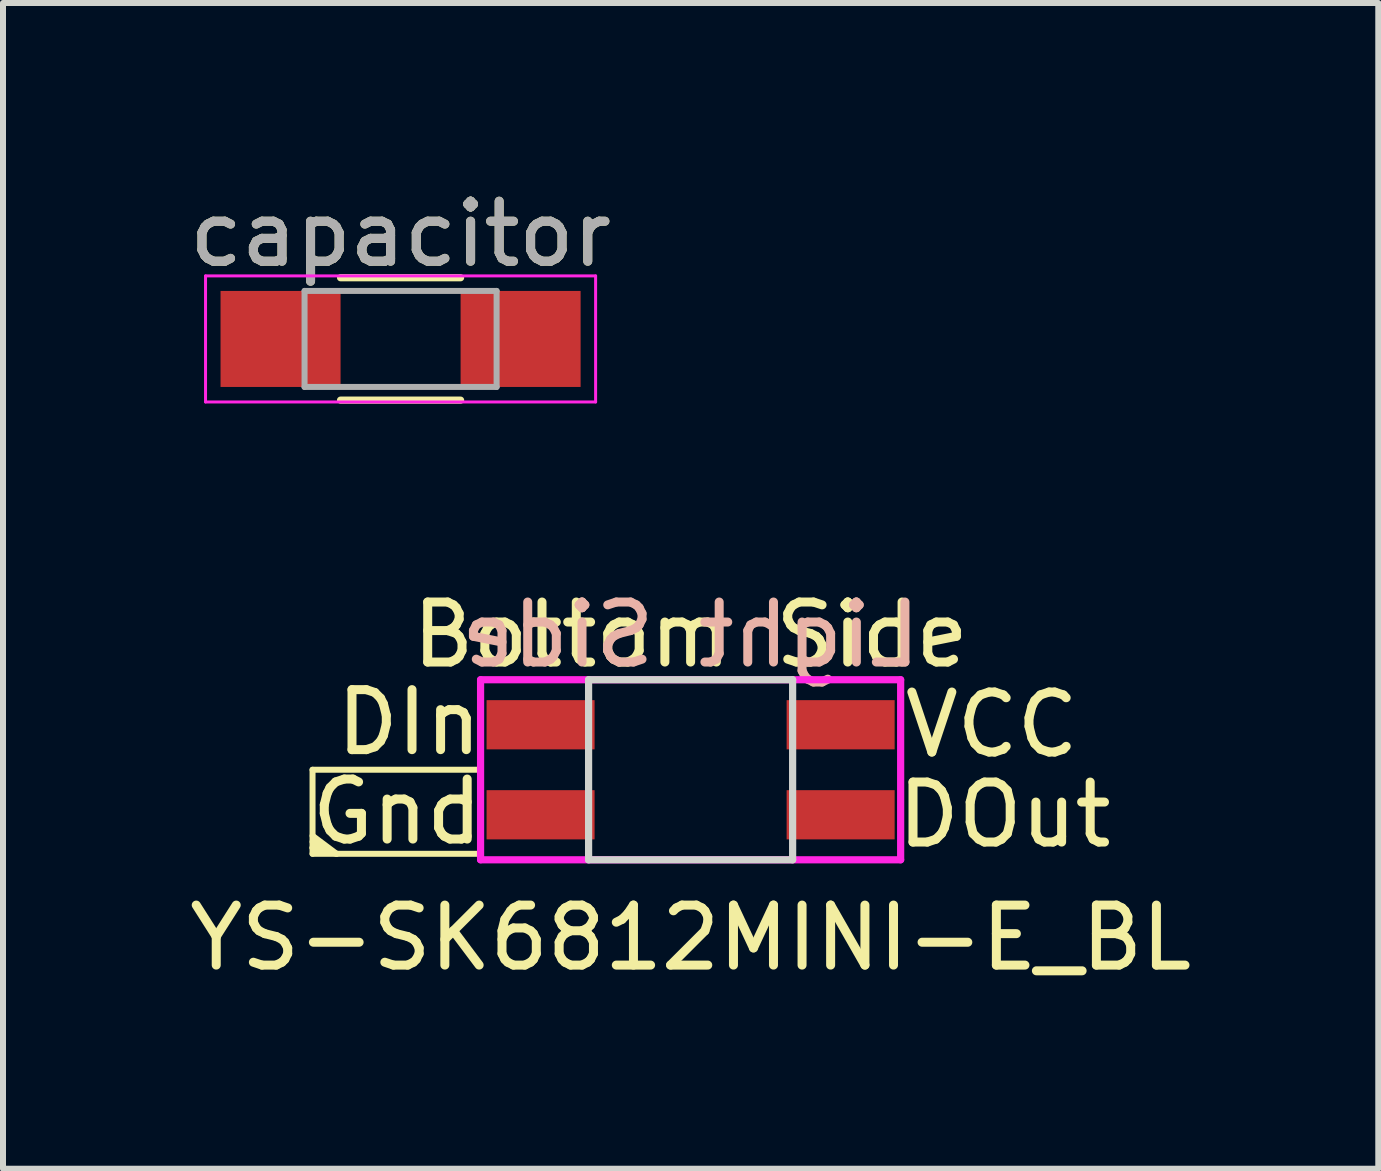
<source format=kicad_pcb>
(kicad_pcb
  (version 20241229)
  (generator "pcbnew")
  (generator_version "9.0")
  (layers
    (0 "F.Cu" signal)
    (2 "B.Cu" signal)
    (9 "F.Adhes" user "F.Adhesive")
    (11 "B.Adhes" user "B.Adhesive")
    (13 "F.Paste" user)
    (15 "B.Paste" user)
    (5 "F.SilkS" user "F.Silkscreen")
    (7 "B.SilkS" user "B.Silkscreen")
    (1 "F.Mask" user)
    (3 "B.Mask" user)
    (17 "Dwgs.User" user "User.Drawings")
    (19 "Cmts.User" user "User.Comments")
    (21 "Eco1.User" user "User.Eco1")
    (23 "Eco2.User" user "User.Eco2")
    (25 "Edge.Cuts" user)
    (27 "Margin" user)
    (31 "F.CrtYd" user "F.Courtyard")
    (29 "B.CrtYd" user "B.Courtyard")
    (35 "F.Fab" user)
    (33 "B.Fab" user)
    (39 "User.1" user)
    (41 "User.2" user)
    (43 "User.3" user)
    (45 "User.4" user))
  (footprint "capacitor"
    (layer "F.Cu")
    (at 3.625 2.598)
    (property "Reference" "capacitor" (at 0 -1.75 0) (layer "F.SilkS") (effects (font (size 1 1) (thickness 0.15))))
    (attr smd)
    (fp_line (start -1 1.02) (end 1 1.02) (stroke (width 0.12) (type solid)) (layer "F.SilkS"))
    (fp_line (start 1 -1.02) (end -1 -1.02) (stroke (width 0.12) (type solid)) (layer "F.SilkS"))
    (fp_line (start -3.25 -1.05) (end -3.25 1.05) (stroke (width 0.05) (type solid)) (layer "F.CrtYd"))
    (fp_line (start -3.25 -1.05) (end 3.25 -1.05) (stroke (width 0.05) (type solid)) (layer "F.CrtYd"))
    (fp_line (start 3.25 1.05) (end -3.25 1.05) (stroke (width 0.05) (type solid)) (layer "F.CrtYd"))
    (fp_line (start 3.25 1.05) (end 3.25 -1.05) (stroke (width 0.05) (type solid)) (layer "F.CrtYd"))
    (fp_line (start -1.6 -0.8) (end 1.6 -0.8) (stroke (width 0.1) (type solid)) (layer "F.Fab"))
    (fp_line (start -1.6 0.8) (end -1.6 -0.8) (stroke (width 0.1) (type solid)) (layer "F.Fab"))
    (fp_line (start 1.6 -0.8) (end 1.6 0.8) (stroke (width 0.1) (type solid)) (layer "F.Fab"))
    (fp_line (start 1.6 0.8) (end -1.6 0.8) (stroke (width 0.1) (type solid)) (layer "F.Fab"))
    (fp_text user "${REFERENCE}" (at 0 -1.75 0) (layer "F.Fab") (effects (font (size 1 1) (thickness 0.15))))
    (pad "1" smd rect (at -2 0) (size 2 1.6) (layers "F.Cu" "F.Mask" "F.Paste"))
    (pad "2" smd rect (at 2 0) (size 2 1.6) (layers "F.Cu" "F.Mask" "F.Paste")))
  (footprint "YS-SK6812MINI-E_BL"
    (layer "F.Cu")
    (at 8.458 9.777)
    (property "Reference" "YS-SK6812MINI-E_BL" (at 0 2.8 0) (layer "F.SilkS") (effects (font (size 1 1) (thickness 0.15))))
    (attr through_hole)
    (fp_line (start -6.3 0) (end -6.3 1.4) (stroke (width 0.1) (type solid)) (layer "F.SilkS"))
    (fp_line (start -6.3 1.1) (end -5.9 1.4) (stroke (width 0.1) (type solid)) (layer "F.SilkS"))
    (fp_line (start -6.3 1.3) (end -6.1 1.3) (stroke (width 0.1) (type solid)) (layer "F.SilkS"))
    (fp_line (start -6.3 1.4) (end -3.5 1.4) (stroke (width 0.1) (type solid)) (layer "F.SilkS"))
    (fp_line (start -6.1 1.3) (end -6.3 1.2) (stroke (width 0.1) (type solid)) (layer "F.SilkS"))
    (fp_line (start -5.9 1.4) (end -6.3 1.3) (stroke (width 0.1) (type solid)) (layer "F.SilkS"))
    (fp_line (start -3.5 0) (end -6.3 0) (stroke (width 0.1) (type solid)) (layer "F.SilkS"))
    (fp_line (start -3.5 1.4) (end -3.5 0) (stroke (width 0.1) (type solid)) (layer "F.SilkS"))
    (fp_line (start -1.7 -1.5) (end -1.7 1.5) (stroke (width 0.12) (type solid)) (layer "Edge.Cuts"))
    (fp_line (start -1.7 1.5) (end 1.7 1.5) (stroke (width 0.12) (type solid)) (layer "Edge.Cuts"))
    (fp_line (start 1.7 -1.5) (end -1.7 -1.5) (stroke (width 0.12) (type solid)) (layer "Edge.Cuts"))
    (fp_line (start 1.7 1.5) (end 1.7 -1.5) (stroke (width 0.12) (type solid)) (layer "Edge.Cuts"))
    (fp_line (start -3.5 -1.5) (end -3.5 1.5) (stroke (width 0.12) (type solid)) (layer "F.CrtYd"))
    (fp_line (start -3.5 1.5) (end 3.5 1.5) (stroke (width 0.12) (type solid)) (layer "F.CrtYd"))
    (fp_line (start 3.5 -1.5) (end -3.5 -1.5) (stroke (width 0.12) (type solid)) (layer "F.CrtYd"))
    (fp_line (start 3.5 1.5) (end 3.5 -1.5) (stroke (width 0.12) (type solid)) (layer "F.CrtYd"))
    (fp_text user "DIn" (at -4.69 -0.79 0) (layer "F.SilkS") (effects (font (size 1 1) (thickness 0.15))))
    (fp_text user "DOut" (at 5.23 0.75 0) (layer "F.SilkS") (effects (font (size 1 1) (thickness 0.15))))
    (fp_text user "VCC" (at 5.02 -0.75 0) (layer "F.SilkS") (effects (font (size 1 1) (thickness 0.15))))
    (fp_text user "Bottom Side" (at 0 -2.25 0) (layer "F.SilkS") (effects (font (size 1 1) (thickness 0.15))))
    (fp_text user "Gnd" (at -4.89 0.7 0) (layer "F.SilkS") (effects (font (size 1 1) (thickness 0.15))))
    (fp_text user "Light Side" (at 0 -2.25 0) (layer "B.SilkS") (effects (font (size 1 1) (thickness 0.15)) (justify mirror)))
    (pad "1" smd rect (at 2.5 0.75) (size 1.8 0.82) (layers "F.Cu" "F.Mask" "F.Paste"))
    (pad "2" smd rect (at -2.5 0.75) (size 1.8 0.82) (layers "F.Cu" "F.Mask" "F.Paste"))
    (pad "3" smd rect (at -2.5 -0.75) (size 1.8 0.82) (layers "F.Cu" "F.Mask" "F.Paste"))
    (pad "4" smd rect (at 2.5 -0.75) (size 1.8 0.82) (layers "F.Cu" "F.Mask" "F.Paste")))
  (gr_rect
    (start -3 -3)
    (end 19.917 16.425)
    (stroke (width 0.1) (type default))
    (fill no)
    (layer "Edge.Cuts")))
</source>
